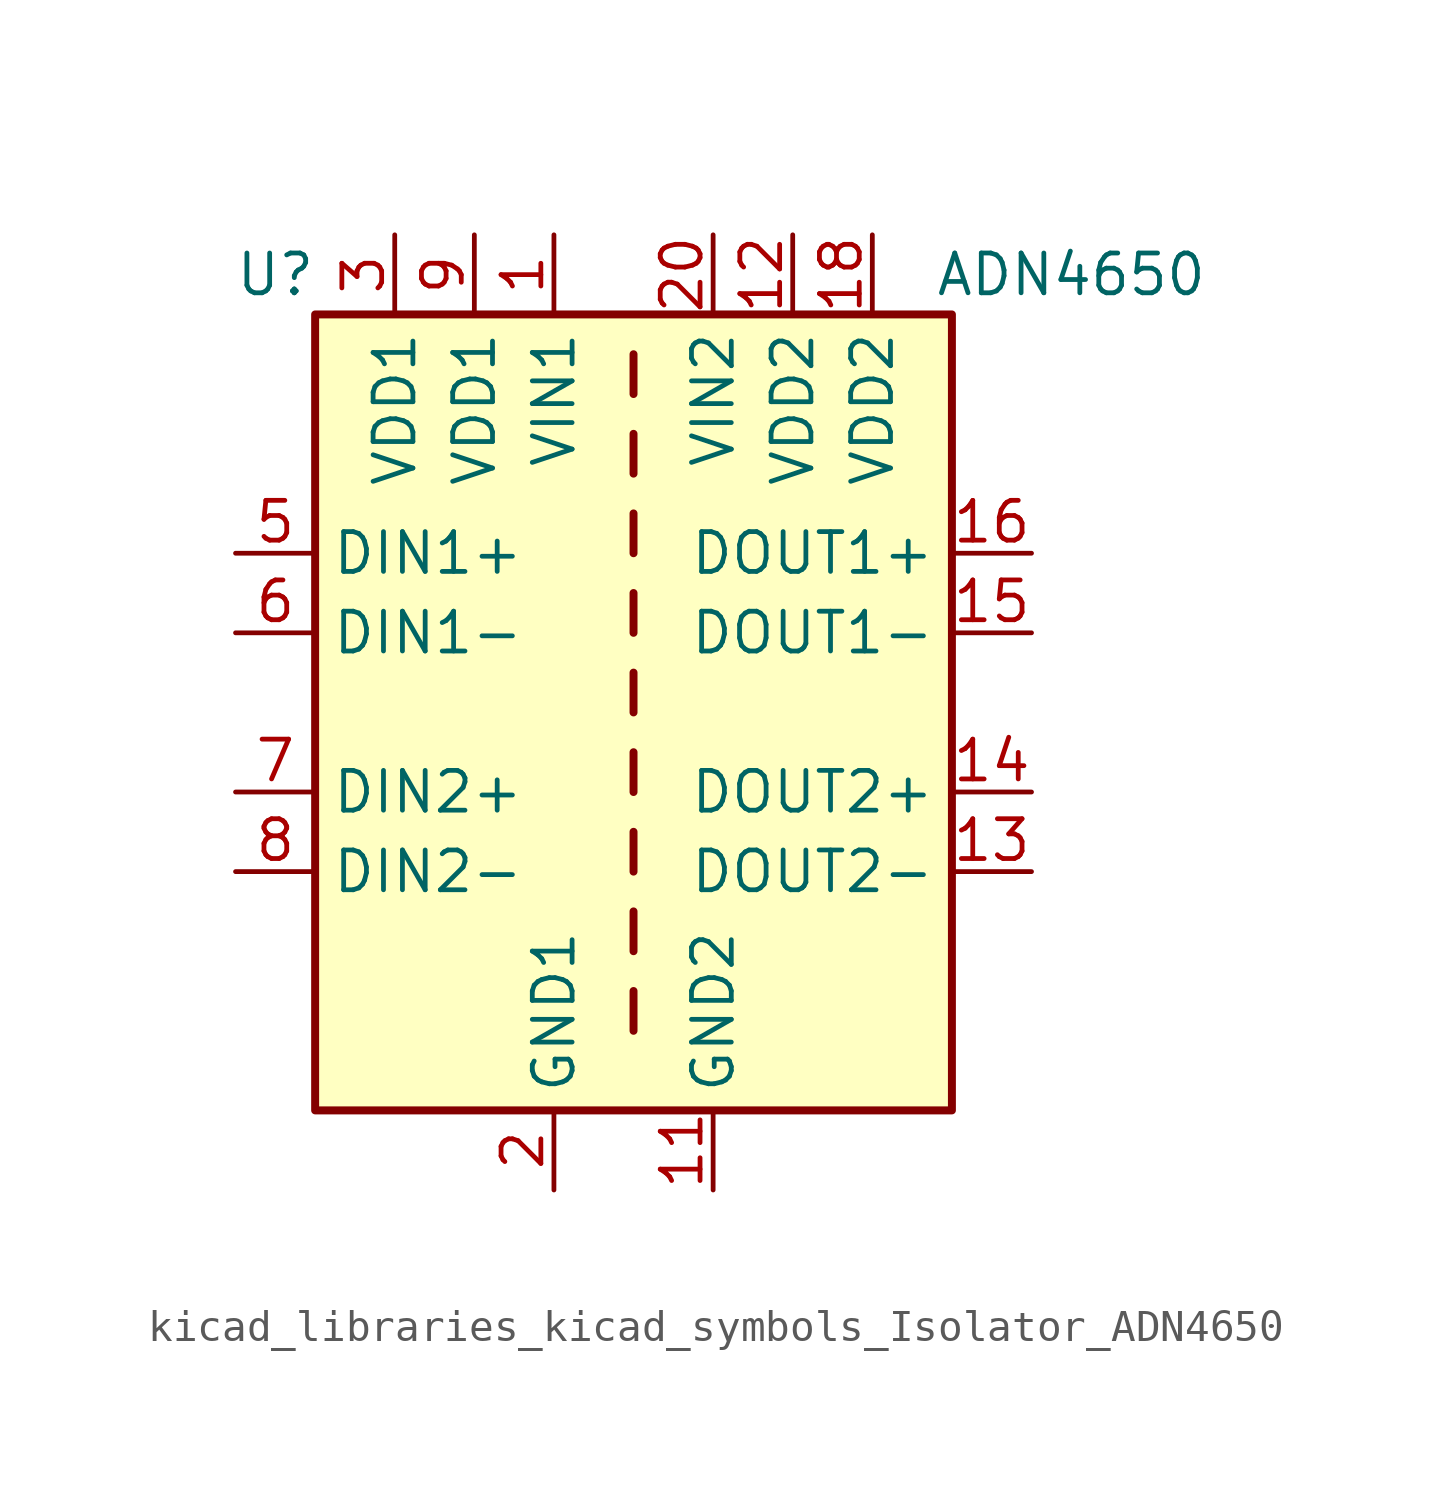
<source format=kicad_sym>
(kicad_symbol_lib
  (version 20220914)
  (generator kicad_symbol_editor)
  (symbol "kicad_libraries_kicad_symbols_Isolator_ADN4650"
    (property "Reference" "U"
      (at -11.43 13.97 0)
      (effects (font (size 1.27 1.27))))
    (property "Value" "ADN4650"
      (at 13.97 13.97 0)
      (effects (font (size 1.27 1.27))))
    (symbol "kicad_libraries_kicad_symbols_Isolator_ADN4650_0_0"
      (pin power_in line (at 5.08 15.24 270) (length 2.54) (name "VDD2" (effects (font (size 1.27 1.27)))) (number "12" (effects (font (size 1.27 1.27)))))
      (pin power_in line (at -5.08 15.24 270) (length 2.54) (name "VDD1" (effects (font (size 1.27 1.27)))) (number "9" (effects (font (size 1.27 1.27))))))
    (symbol "kicad_libraries_kicad_symbols_Isolator_ADN4650_0_1"
      (rectangle (start -10.16 12.7) (end 10.16 -12.7) (stroke (width 0.254) (type default)) (fill (type background)))
      (polyline (pts (xy 0 -8.89) (xy 0 -10.16)) (stroke (width 0.254) (type default)) (fill (type none)))
      (polyline (pts (xy 0 -6.35) (xy 0 -7.62)) (stroke (width 0.254) (type default)) (fill (type none)))
      (polyline (pts (xy 0 -3.81) (xy 0 -5.08)) (stroke (width 0.254) (type default)) (fill (type none)))
      (polyline (pts (xy 0 -1.27) (xy 0 -2.54)) (stroke (width 0.254) (type default)) (fill (type none)))
      (polyline (pts (xy 0 1.27) (xy 0 0)) (stroke (width 0.254) (type default)) (fill (type none)))
      (polyline (pts (xy 0 3.81) (xy 0 2.54)) (stroke (width 0.254) (type default)) (fill (type none)))
      (polyline (pts (xy 0 6.35) (xy 0 5.08)) (stroke (width 0.254) (type default)) (fill (type none)))
      (polyline (pts (xy 0 8.89) (xy 0 7.62)) (stroke (width 0.254) (type default)) (fill (type none)))
      (polyline (pts (xy 0 11.43) (xy 0 10.16)) (stroke (width 0.254) (type default)) (fill (type none))))
    (symbol "kicad_libraries_kicad_symbols_Isolator_ADN4650_1_1"
      (pin power_in line (at -2.54 15.24 270) (length 2.54) (name "VIN1" (effects (font (size 1.27 1.27)))) (number "1" (effects (font (size 1.27 1.27)))))
      (pin passive line (at -2.54 -15.24 90) (length 2.54) hide (name "GND1" (effects (font (size 1.27 1.27)))) (number "10" (effects (font (size 1.27 1.27)))))
      (pin power_in line (at 2.54 -15.24 90) (length 2.54) (name "GND2" (effects (font (size 1.27 1.27)))) (number "11" (effects (font (size 1.27 1.27)))))
      (pin output line (at 12.7 -5.08 180) (length 2.54) (name "DOUT2-" (effects (font (size 1.27 1.27)))) (number "13" (effects (font (size 1.27 1.27)))))
      (pin output line (at 12.7 -2.54 180) (length 2.54) (name "DOUT2+" (effects (font (size 1.27 1.27)))) (number "14" (effects (font (size 1.27 1.27)))))
      (pin output line (at 12.7 2.54 180) (length 2.54) (name "DOUT1-" (effects (font (size 1.27 1.27)))) (number "15" (effects (font (size 1.27 1.27)))))
      (pin output line (at 12.7 5.08 180) (length 2.54) (name "DOUT1+" (effects (font (size 1.27 1.27)))) (number "16" (effects (font (size 1.27 1.27)))))
      (pin passive line (at 2.54 -15.24 90) (length 2.54) hide (name "GND2" (effects (font (size 1.27 1.27)))) (number "17" (effects (font (size 1.27 1.27)))))
      (pin power_in line (at 7.62 15.24 270) (length 2.54) (name "VDD2" (effects (font (size 1.27 1.27)))) (number "18" (effects (font (size 1.27 1.27)))))
      (pin passive line (at 2.54 -15.24 90) (length 2.54) hide (name "GND2" (effects (font (size 1.27 1.27)))) (number "19" (effects (font (size 1.27 1.27)))))
      (pin power_in line (at -2.54 -15.24 90) (length 2.54) (name "GND1" (effects (font (size 1.27 1.27)))) (number "2" (effects (font (size 1.27 1.27)))))
      (pin power_in line (at 2.54 15.24 270) (length 2.54) (name "VIN2" (effects (font (size 1.27 1.27)))) (number "20" (effects (font (size 1.27 1.27)))))
      (pin power_in line (at -7.62 15.24 270) (length 2.54) (name "VDD1" (effects (font (size 1.27 1.27)))) (number "3" (effects (font (size 1.27 1.27)))))
      (pin passive line (at -2.54 -15.24 90) (length 2.54) hide (name "GND1" (effects (font (size 1.27 1.27)))) (number "4" (effects (font (size 1.27 1.27)))))
      (pin input line (at -12.7 5.08 0) (length 2.54) (name "DIN1+" (effects (font (size 1.27 1.27)))) (number "5" (effects (font (size 1.27 1.27)))))
      (pin input line (at -12.7 2.54 0) (length 2.54) (name "DIN1-" (effects (font (size 1.27 1.27)))) (number "6" (effects (font (size 1.27 1.27)))))
      (pin input line (at -12.7 -2.54 0) (length 2.54) (name "DIN2+" (effects (font (size 1.27 1.27)))) (number "7" (effects (font (size 1.27 1.27)))))
      (pin input line (at -12.7 -5.08 0) (length 2.54) (name "DIN2-" (effects (font (size 1.27 1.27)))) (number "8" (effects (font (size 1.27 1.27))))))))
</source>
